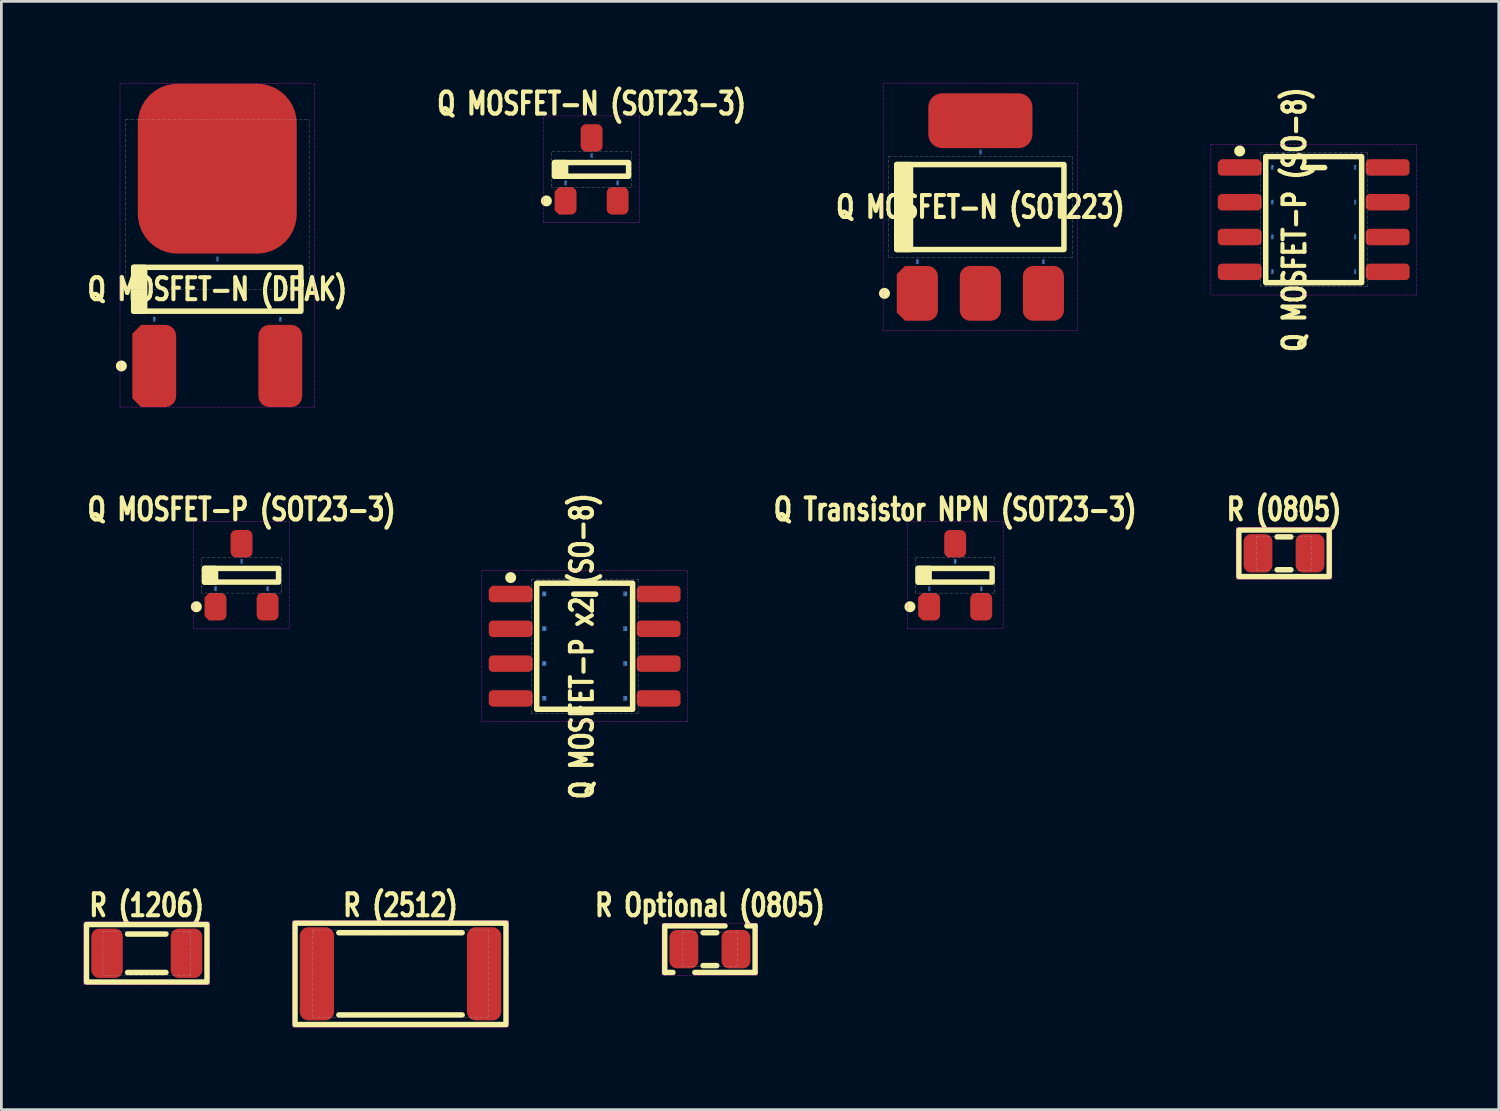
<source format=kicad_pcb>
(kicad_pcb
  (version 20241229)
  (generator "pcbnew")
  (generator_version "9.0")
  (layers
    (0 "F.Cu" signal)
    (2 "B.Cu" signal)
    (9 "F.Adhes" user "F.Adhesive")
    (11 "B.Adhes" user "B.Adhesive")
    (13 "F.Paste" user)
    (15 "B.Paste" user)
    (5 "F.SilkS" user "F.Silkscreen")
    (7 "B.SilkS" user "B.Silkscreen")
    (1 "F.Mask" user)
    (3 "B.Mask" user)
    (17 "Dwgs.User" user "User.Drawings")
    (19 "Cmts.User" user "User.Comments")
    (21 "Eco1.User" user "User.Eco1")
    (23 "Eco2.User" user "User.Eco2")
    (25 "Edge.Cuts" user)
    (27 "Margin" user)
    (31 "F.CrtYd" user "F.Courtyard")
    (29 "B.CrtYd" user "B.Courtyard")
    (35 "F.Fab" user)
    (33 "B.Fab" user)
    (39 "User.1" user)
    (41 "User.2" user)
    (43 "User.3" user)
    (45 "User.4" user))
  (footprint "Q MOSFET-N (SOT23-3)"
    (layer "F.Cu")
    (at 18.538 3.131)
    (property "Reference" "Q MOSFET-N (SOT23-3)" (at 0 -2.4 0) (layer "F.SilkS") (effects (font (size 0.8 0.6) (thickness 0.15))))
    (attr smd)
    (fp_rect (start -1.35 -0.25) (end -0.95 0.25) (stroke (width 0.2) (type solid)) (fill yes) (layer "F.SilkS"))
    (fp_rect (start -1.35 -0.25) (end 1.35 0.25) (stroke (width 0.2) (type default)) (fill no) (layer "F.SilkS"))
    (fp_circle (center -1.65 1.15) (end -1.5 1.15) (stroke (width 0.1) (type solid)) (fill yes) (layer "F.SilkS"))
    (fp_rect (start -1.75 -1.95) (end 1.75 1.95) (stroke (width 0.01) (type dash)) (fill no) (layer "F.CrtYd"))
    (fp_rect (start -1.45 -0.65) (end 1.45 0.65) (stroke (width 0.01) (type dash_dot)) (fill no) (layer "F.Fab"))
    (fp_text user "G" (at -0.95 0.5 0) (layer "Cmts.User" knockout) (effects (font (size 0.13 0.07) (thickness 0.01) (bold yes))))
    (fp_text user "D" (at 0 -0.5 0) (layer "Cmts.User" knockout) (effects (font (size 0.13 0.07) (thickness 0.01) (bold yes))))
    (fp_text user "S" (at 0.95 0.5 0) (layer "Cmts.User" knockout) (effects (font (size 0.13 0.07) (thickness 0.01) (bold yes))))
    (pad "1" smd roundrect (at -0.95 1.15) (size 0.8 1) (layers "F.Cu" "F.Mask" "F.Paste") (roundrect_rratio 0.25) (chamfer_ratio 0.2) (chamfer top_left bottom_left))
    (pad "2" smd roundrect (at 0.95 1.15) (size 0.8 1) (layers "F.Cu" "F.Mask" "F.Paste") (roundrect_rratio 0.25))
    (pad "3" smd roundrect (at 0 -1.15) (size 0.8 1) (layers "F.Cu" "F.Mask" "F.Paste") (roundrect_rratio 0.25)))
  (footprint "R (2512)"
    (layer "F.Cu")
    (at 11.565 32.486)
    (property "Reference" "R (2512)" (at 0 -2.5 0) (layer "F.SilkS") (effects (font (size 0.8 0.6) (thickness 0.15))))
    (attr smd)
    (fp_line (start -2.25 -1.5) (end 2.25 -1.5) (stroke (width 0.2) (type default)) (layer "F.SilkS"))
    (fp_line (start -2.25 1.5) (end 2.25 1.5) (stroke (width 0.2) (type default)) (layer "F.SilkS"))
    (fp_rect (start -3.85 -1.85) (end 3.85 1.85) (stroke (width 0.2) (type default)) (fill no) (layer "F.SilkS"))
    (fp_rect (start -3.95 -1.95) (end 3.95 1.95) (stroke (width 0.01) (type dash)) (fill no) (layer "F.CrtYd"))
    (fp_rect (start -3.2 -1.6) (end 3.2 1.6) (stroke (width 0.01) (type dash_dot)) (fill no) (layer "F.Fab"))
    (pad "1" smd roundrect (at -3.05 0) (size 1.25 3.4) (layers "F.Cu" "F.Mask" "F.Paste") (roundrect_rratio 0.25))
    (pad "2" smd roundrect (at 3.05 0) (size 1.25 3.4) (layers "F.Cu" "F.Mask" "F.Paste") (roundrect_rratio 0.25)))
  (footprint "R Optional (0805)"
    (layer "F.Cu")
    (at 22.856 31.586)
    (property "Reference" "R Optional (0805)" (at 0 -1.6 0) (layer "F.SilkS") (effects (font (size 0.8 0.6) (thickness 0.15))))
    (attr smd exclude_from_bom)
    (fp_line (start -0.25 -0.6) (end 0.25 -0.6) (stroke (width 0.2) (type default)) (layer "F.SilkS"))
    (fp_line (start -0.25 0.6) (end 0.25 0.6) (stroke (width 0.2) (type default)) (layer "F.SilkS"))
    (fp_rect (start -1.65 -0.85) (end 1.65 0.85) (stroke (width 0.2) (type dash)) (fill no) (layer "F.SilkS"))
    (fp_rect (start -1.75 -0.95) (end 1.75 0.95) (stroke (width 0.01) (type dash)) (fill no) (layer "F.CrtYd"))
    (fp_rect (start -1 -0.625) (end 1 0.625) (stroke (width 0.01) (type dash_dot)) (fill no) (layer "F.Fab"))
    (pad "1" smd roundrect (at -0.95 0) (size 1.05 1.4) (layers "F.Cu" "F.Mask") (roundrect_rratio 0.25))
    (pad "2" smd roundrect (at 0.95 0) (size 1.05 1.4) (layers "F.Cu" "F.Mask") (roundrect_rratio 0.25)))
  (footprint "R (1206)"
    (layer "F.Cu")
    (at 2.305 31.736)
    (property "Reference" "R (1206)" (at 0 -1.75 0) (layer "F.SilkS") (effects (font (size 0.8 0.6) (thickness 0.15))))
    (attr smd)
    (fp_line (start -0.7 -0.7) (end 0.7 -0.7) (stroke (width 0.2) (type default)) (layer "F.SilkS"))
    (fp_line (start -0.7 0.7) (end 0.7 0.7) (stroke (width 0.2) (type default)) (layer "F.SilkS"))
    (fp_rect (start -2.2 -1.05) (end 2.2 1.05) (stroke (width 0.2) (type default)) (fill no) (layer "F.SilkS"))
    (fp_rect (start -2.3 -1.15) (end 2.3 1.15) (stroke (width 0.01) (type dash)) (fill no) (layer "F.CrtYd"))
    (fp_rect (start -1.6 -0.8) (end 1.6 0.8) (stroke (width 0.01) (type dash_dot)) (fill no) (layer "F.Fab"))
    (pad "1" smd roundrect (at -1.45 0) (size 1.15 1.8) (layers "F.Cu" "F.Mask" "F.Paste") (roundrect_rratio 0.25))
    (pad "2" smd roundrect (at 1.45 0) (size 1.15 1.8) (layers "F.Cu" "F.Mask" "F.Paste") (roundrect_rratio 0.25)))
  (footprint "Q Transistor NPN (SOT23-3)"
    (layer "F.Cu")
    (at 31.805 17.941)
    (property "Reference" "Q Transistor NPN (SOT23-3)" (at 0 -2.4 0) (layer "F.SilkS") (effects (font (size 0.8 0.6) (thickness 0.15))))
    (attr smd)
    (fp_rect (start -1.35 -0.25) (end -0.95 0.25) (stroke (width 0.2) (type solid)) (fill yes) (layer "F.SilkS"))
    (fp_rect (start -1.35 -0.25) (end 1.35 0.25) (stroke (width 0.2) (type default)) (fill no) (layer "F.SilkS"))
    (fp_circle (center -1.65 1.15) (end -1.5 1.15) (stroke (width 0.1) (type solid)) (fill yes) (layer "F.SilkS"))
    (fp_rect (start -1.75 -1.95) (end 1.75 1.95) (stroke (width 0.01) (type dash)) (fill no) (layer "F.CrtYd"))
    (fp_rect (start -1.45 -0.65) (end 1.45 0.65) (stroke (width 0.01) (type dash_dot)) (fill no) (layer "F.Fab"))
    (fp_text user "E" (at 0.95 0.5 0) (layer "Cmts.User" knockout) (effects (font (size 0.13 0.07) (thickness 0.01) (bold yes))))
    (fp_text user "B" (at -0.95 0.5 0) (layer "Cmts.User" knockout) (effects (font (size 0.13 0.07) (thickness 0.01) (bold yes))))
    (fp_text user "C" (at 0 -0.5 0) (layer "Cmts.User" knockout) (effects (font (size 0.13 0.07) (thickness 0.01) (bold yes))))
    (pad "1" smd roundrect (at -0.95 1.15) (size 0.8 1) (layers "F.Cu" "F.Mask" "F.Paste") (roundrect_rratio 0.25) (chamfer_ratio 0.2) (chamfer top_left bottom_left))
    (pad "2" smd roundrect (at 0.95 1.15) (size 0.8 1) (layers "F.Cu" "F.Mask" "F.Paste") (roundrect_rratio 0.25))
    (pad "3" smd roundrect (at 0 -1.15) (size 0.8 1) (layers "F.Cu" "F.Mask" "F.Paste") (roundrect_rratio 0.25)))
  (footprint "Q MOSFET-N (SOT223)"
    (layer "F.Cu")
    (at 32.725 4.505)
    (property "Reference" "Q MOSFET-N (SOT223)" (at 0 0 0) (layer "F.SilkS") (effects (font (size 0.8 0.6) (thickness 0.15))))
    (attr smd)
    (fp_rect (start -3.05 1.55) (end -2.55 -1.55) (stroke (width 0.2) (type solid)) (fill yes) (layer "F.SilkS"))
    (fp_rect (start -3.05 1.55) (end 3.05 -1.55) (stroke (width 0.2) (type default)) (fill no) (layer "F.SilkS"))
    (fp_circle (center -3.5 3.15) (end -3.35 3.15) (stroke (width 0.1) (type solid)) (fill yes) (layer "F.SilkS"))
    (fp_rect (start -3.55 -4.5) (end 3.55 4.5) (stroke (width 0.01) (type dash)) (fill no) (layer "F.CrtYd"))
    (fp_rect (start -3.35 -1.85) (end 3.35 1.85) (stroke (width 0.01) (type dash_dot)) (fill no) (layer "F.Fab"))
    (fp_text user "G" (at -2.3 2 0) (layer "Cmts.User" knockout) (effects (font (size 0.13 0.07) (thickness 0.01) (bold yes))))
    (fp_text user "S" (at 2.3 2 0) (layer "Cmts.User" knockout) (effects (font (size 0.13 0.07) (thickness 0.01) (bold yes))))
    (fp_text user "D" (at 0 -2 0) (layer "Cmts.User" knockout) (effects (font (size 0.13 0.07) (thickness 0.01) (bold yes))))
    (pad "1" smd roundrect (at -2.3 3.15) (size 1.5 2) (layers "F.Cu" "F.Mask" "F.Paste") (roundrect_rratio 0.25) (chamfer_ratio 0.2) (chamfer top_left bottom_left))
    (pad "2" smd roundrect (at 0 -3.15) (size 3.8 2) (layers "F.Cu" "F.Mask" "F.Paste") (roundrect_rratio 0.25))
    (pad "2" smd roundrect (at 0 3.15) (size 1.5 2) (layers "F.Cu" "F.Mask" "F.Paste") (roundrect_rratio 0.25))
    (pad "3" smd roundrect (at 2.3 3.15) (size 1.5 2) (layers "F.Cu" "F.Mask" "F.Paste") (roundrect_rratio 0.25)))
  (footprint "Q MOSFET-P (SOT23-3)"
    (layer "F.Cu")
    (at 5.765 17.941)
    (property "Reference" "Q MOSFET-P (SOT23-3)" (at 0 -2.4 0) (layer "F.SilkS") (effects (font (size 0.8 0.6) (thickness 0.15))))
    (attr smd)
    (fp_rect (start -1.35 -0.25) (end -0.95 0.25) (stroke (width 0.2) (type solid)) (fill yes) (layer "F.SilkS"))
    (fp_rect (start -1.35 -0.25) (end 1.35 0.25) (stroke (width 0.2) (type default)) (fill no) (layer "F.SilkS"))
    (fp_circle (center -1.65 1.15) (end -1.5 1.15) (stroke (width 0.1) (type solid)) (fill yes) (layer "F.SilkS"))
    (fp_rect (start -1.75 -1.95) (end 1.75 1.95) (stroke (width 0.01) (type dash)) (fill no) (layer "F.CrtYd"))
    (fp_rect (start -1.45 -0.65) (end 1.45 0.65) (stroke (width 0.01) (type dash_dot)) (fill no) (layer "F.Fab"))
    (fp_text user "G" (at -0.95 0.5 0) (layer "Cmts.User" knockout) (effects (font (size 0.13 0.07) (thickness 0.01) (bold yes))))
    (fp_text user "D" (at 0 -0.5 0) (layer "Cmts.User" knockout) (effects (font (size 0.13 0.07) (thickness 0.01) (bold yes))))
    (fp_text user "S" (at 0.95 0.5 0) (layer "Cmts.User" knockout) (effects (font (size 0.13 0.07) (thickness 0.01) (bold yes))))
    (pad "1" smd roundrect (at -0.95 1.15) (size 0.8 1) (layers "F.Cu" "F.Mask" "F.Paste") (roundrect_rratio 0.25) (chamfer_ratio 0.2) (chamfer top_left bottom_left))
    (pad "2" smd roundrect (at 0.95 1.15) (size 0.8 1) (layers "F.Cu" "F.Mask" "F.Paste") (roundrect_rratio 0.25))
    (pad "3" smd roundrect (at 0 -1.15) (size 0.8 1) (layers "F.Cu" "F.Mask" "F.Paste") (roundrect_rratio 0.25)))
  (footprint "Q MOSFET-N (DPAK)"
    (layer "F.Cu")
    (at 4.879 5.905)
    (property "Reference" "Q MOSFET-N (DPAK)" (at 0 1.6 0) (layer "F.SilkS") (effects (font (size 0.8 0.6) (thickness 0.15))))
    (attr smd)
    (fp_rect (start -3.05 0.8) (end -2.65 2.4) (stroke (width 0.2) (type solid)) (fill yes) (layer "F.SilkS"))
    (fp_rect (start -3.05 0.8) (end 3.05 2.4) (stroke (width 0.2) (type default)) (fill no) (layer "F.SilkS"))
    (fp_circle (center -3.5 4.4) (end -3.35 4.4) (stroke (width 0.1) (type solid)) (fill yes) (layer "F.SilkS"))
    (fp_rect (start -3.55 -5.9) (end 3.55 5.9) (stroke (width 0.01) (type dash)) (fill no) (layer "F.CrtYd"))
    (fp_rect (start -3.35 -4.6) (end 3.35 1.6) (stroke (width 0.01) (type dash_dot)) (fill no) (layer "F.Fab"))
    (fp_text user "G" (at -2.3 2.7 0) (layer "Cmts.User" knockout) (effects (font (size 0.13 0.07) (thickness 0.01) (bold yes))))
    (fp_text user "S" (at 2.3 2.7 0) (layer "Cmts.User" knockout) (effects (font (size 0.13 0.07) (thickness 0.01) (bold yes))))
    (fp_text user "D" (at 0 0.5 0) (layer "Cmts.User" knockout) (effects (font (size 0.13 0.07) (thickness 0.01) (bold yes))))
    (pad "1" smd roundrect (at -2.3 4.4) (size 1.6 3) (layers "F.Cu" "F.Mask" "F.Paste") (roundrect_rratio 0.25) (chamfer_ratio 0.2) (chamfer top_left bottom_left))
    (pad "2" smd roundrect (at 0 -2.8) (size 5.8 6.2) (layers "F.Cu" "F.Mask" "F.Paste") (roundrect_rratio 0.25))
    (pad "3" smd roundrect (at 2.3 4.4) (size 1.6 3) (layers "F.Cu" "F.Mask" "F.Paste") (roundrect_rratio 0.25)))
  (footprint "Q MOSFET-P (SO-8)"
    (layer "F.Cu")
    (at 44.888 4.965)
    (property "Reference" "Q MOSFET-P (SO-8)" (at -0.7 0 90) (layer "F.SilkS") (effects (font (size 0.8 0.6) (thickness 0.15))))
    (attr smd)
    (fp_line (start -0.4 -1.9) (end 0.4 -1.9) (stroke (width 0.2) (type default)) (layer "F.SilkS"))
    (fp_rect (start -1.75 -2.3) (end 1.75 2.3) (stroke (width 0.2) (type default)) (fill no) (layer "F.SilkS"))
    (fp_circle (center -2.7 -2.505) (end -2.55 -2.505) (stroke (width 0.1) (type solid)) (fill yes) (layer "F.SilkS"))
    (fp_rect (start -3.75 -2.75) (end 3.75 2.75) (stroke (width 0.01) (type dash)) (fill no) (layer "F.CrtYd"))
    (fp_rect (start -1.95 -2.45) (end 1.95 2.45) (stroke (width 0.01) (type dash_dot)) (fill no) (layer "F.Fab"))
    (fp_text user "D" (at 1.55 -0.635 0) (layer "Cmts.User" knockout) (effects (font (size 0.13 0.07) (thickness 0.01)) (justify right)))
    (fp_text user "D" (at 1.55 -1.905 0) (layer "Cmts.User" knockout) (effects (font (size 0.13 0.07) (thickness 0.01) (bold yes)) (justify right)))
    (fp_text user "G" (at -1.55 1.905 0) (layer "Cmts.User" knockout) (effects (font (size 0.13 0.07) (thickness 0.01)) (justify left)))
    (fp_text user "D" (at 1.55 1.905 0) (layer "Cmts.User" knockout) (effects (font (size 0.13 0.07) (thickness 0.01) (bold yes)) (justify right)))
    (fp_text user "S" (at -1.55 -0.635 0) (layer "Cmts.User" knockout) (effects (font (size 0.13 0.07) (thickness 0.01)) (justify left)))
    (fp_text user "S" (at -1.55 -1.905 0) (layer "Cmts.User" knockout) (effects (font (size 0.13 0.07) (thickness 0.01)) (justify left)))
    (fp_text user "D" (at 1.55 0.635 0) (layer "Cmts.User" knockout) (effects (font (size 0.13 0.07) (thickness 0.01)) (justify right)))
    (fp_text user "S" (at -1.55 0.635 0) (layer "Cmts.User" knockout) (effects (font (size 0.13 0.07) (thickness 0.01)) (justify left)))
    (pad "1" smd roundrect (at -2.7 -1.905) (size 1.6 0.6) (layers "F.Cu" "F.Mask" "F.Paste") (roundrect_rratio 0.25) (chamfer_ratio 0.2) (chamfer top_left top_right))
    (pad "2" smd roundrect (at -2.7 -0.635) (size 1.6 0.6) (layers "F.Cu" "F.Mask" "F.Paste") (roundrect_rratio 0.25))
    (pad "3" smd roundrect (at -2.7 0.635) (size 1.6 0.6) (layers "F.Cu" "F.Mask" "F.Paste") (roundrect_rratio 0.25))
    (pad "4" smd roundrect (at -2.7 1.905) (size 1.6 0.6) (layers "F.Cu" "F.Mask" "F.Paste") (roundrect_rratio 0.25))
    (pad "5" smd roundrect (at 2.7 1.905) (size 1.6 0.6) (layers "F.Cu" "F.Mask" "F.Paste") (roundrect_rratio 0.25))
    (pad "6" smd roundrect (at 2.7 0.635) (size 1.6 0.6) (layers "F.Cu" "F.Mask" "F.Paste") (roundrect_rratio 0.25))
    (pad "7" smd roundrect (at 2.7 -0.635) (size 1.6 0.6) (layers "F.Cu" "F.Mask" "F.Paste") (roundrect_rratio 0.25))
    (pad "8" smd roundrect (at 2.7 -1.905) (size 1.6 0.6) (layers "F.Cu" "F.Mask" "F.Paste") (roundrect_rratio 0.25)))
  (footprint "R (0805)"
    (layer "F.Cu")
    (at 43.806 17.141)
    (property "Reference" "R (0805)" (at 0 -1.6 0) (unlocked yes) (layer "F.SilkS") (effects (font (size 0.8 0.6) (thickness 0.15))))
    (attr smd)
    (fp_line (start -0.25 -0.6) (end 0.25 -0.6) (stroke (width 0.2) (type default)) (layer "F.SilkS"))
    (fp_line (start -0.25 0.6) (end 0.25 0.6) (stroke (width 0.2) (type default)) (layer "F.SilkS"))
    (fp_rect (start -1.65 -0.85) (end 1.65 0.85) (stroke (width 0.2) (type default)) (fill no) (layer "F.SilkS"))
    (fp_rect (start -1.75 -0.95) (end 1.75 0.95) (stroke (width 0.01) (type dash)) (fill no) (layer "F.CrtYd"))
    (fp_rect (start -1 -0.625) (end 1 0.625) (stroke (width 0.01) (type dash_dot)) (fill no) (layer "F.Fab"))
    (pad "1" smd roundrect (at -0.95 0) (size 1.05 1.4) (layers "F.Cu" "F.Mask" "F.Paste") (roundrect_rratio 0.25))
    (pad "2" smd roundrect (at 0.95 0) (size 1.05 1.4) (layers "F.Cu" "F.Mask" "F.Paste") (roundrect_rratio 0.25)))
  (footprint "Q MOSFET-P x2 (SO-8)"
    (layer "F.Cu")
    (at 18.285 20.532)
    (property "Reference" "Q MOSFET-P x2 (SO-8)" (at -0.1 0 90) (layer "F.SilkS") (effects (font (size 0.8 0.6) (thickness 0.15))))
    (attr smd)
    (fp_line (start -0.4 -1.9) (end 0.4 -1.9) (stroke (width 0.2) (type default)) (layer "F.SilkS"))
    (fp_rect (start -1.75 -2.3) (end 1.75 2.3) (stroke (width 0.2) (type default)) (fill no) (layer "F.SilkS"))
    (fp_circle (center -2.7 -2.505) (end -2.55 -2.505) (stroke (width 0.1) (type solid)) (fill yes) (layer "F.SilkS"))
    (fp_rect (start -3.75 -2.75) (end 3.75 2.75) (stroke (width 0.01) (type dash)) (fill no) (layer "F.CrtYd"))
    (fp_rect (start -1.95 -2.45) (end 1.95 2.45) (stroke (width 0.01) (type dash_dot)) (fill no) (layer "F.Fab"))
    (fp_text user "S1" (at -1.55 -1.905 0) (layer "Cmts.User" knockout) (effects (font (size 0.13 0.07) (thickness 0.01)) (justify left)))
    (fp_text user "D2" (at 1.55 0.635 0) (layer "Cmts.User" knockout) (effects (font (size 0.13 0.07) (thickness 0.01)) (justify right)))
    (fp_text user "D2" (at 1.55 1.905 0) (layer "Cmts.User" knockout) (effects (font (size 0.13 0.07) (thickness 0.01) (bold yes)) (justify right)))
    (fp_text user "G1" (at -1.55 -0.635 0) (layer "Cmts.User" knockout) (effects (font (size 0.13 0.07) (thickness 0.01)) (justify left)))
    (fp_text user "D1" (at 1.55 -1.905 0) (layer "Cmts.User" knockout) (effects (font (size 0.13 0.07) (thickness 0.01) (bold yes)) (justify right)))
    (fp_text user "D1" (at 1.55 -0.635 0) (layer "Cmts.User" knockout) (effects (font (size 0.13 0.07) (thickness 0.01)) (justify right)))
    (fp_text user "S2" (at -1.55 0.635 0) (layer "Cmts.User" knockout) (effects (font (size 0.13 0.07) (thickness 0.01)) (justify left)))
    (fp_text user "G2" (at -1.55 1.905 0) (layer "Cmts.User" knockout) (effects (font (size 0.13 0.07) (thickness 0.01)) (justify left)))
    (pad "1" smd roundrect (at -2.7 -1.905) (size 1.6 0.6) (layers "F.Cu" "F.Mask" "F.Paste") (roundrect_rratio 0.25) (chamfer_ratio 0.2) (chamfer top_left top_right))
    (pad "2" smd roundrect (at -2.7 -0.635) (size 1.6 0.6) (layers "F.Cu" "F.Mask" "F.Paste") (roundrect_rratio 0.25))
    (pad "3" smd roundrect (at -2.7 0.635) (size 1.6 0.6) (layers "F.Cu" "F.Mask" "F.Paste") (roundrect_rratio 0.25))
    (pad "4" smd roundrect (at -2.7 1.905) (size 1.6 0.6) (layers "F.Cu" "F.Mask" "F.Paste") (roundrect_rratio 0.25))
    (pad "5" smd roundrect (at 2.7 1.905) (size 1.6 0.6) (layers "F.Cu" "F.Mask" "F.Paste") (roundrect_rratio 0.25))
    (pad "6" smd roundrect (at 2.7 0.635) (size 1.6 0.6) (layers "F.Cu" "F.Mask" "F.Paste") (roundrect_rratio 0.25))
    (pad "7" smd roundrect (at 2.7 -0.635) (size 1.6 0.6) (layers "F.Cu" "F.Mask" "F.Paste") (roundrect_rratio 0.25))
    (pad "8" smd roundrect (at 2.7 -1.905) (size 1.6 0.6) (layers "F.Cu" "F.Mask" "F.Paste") (roundrect_rratio 0.25)))
  (gr_rect
    (start -3 -3)
    (end 51.643 37.441)
    (stroke (width 0.1) (type default))
    (fill no)
    (layer "Edge.Cuts")))
</source>
